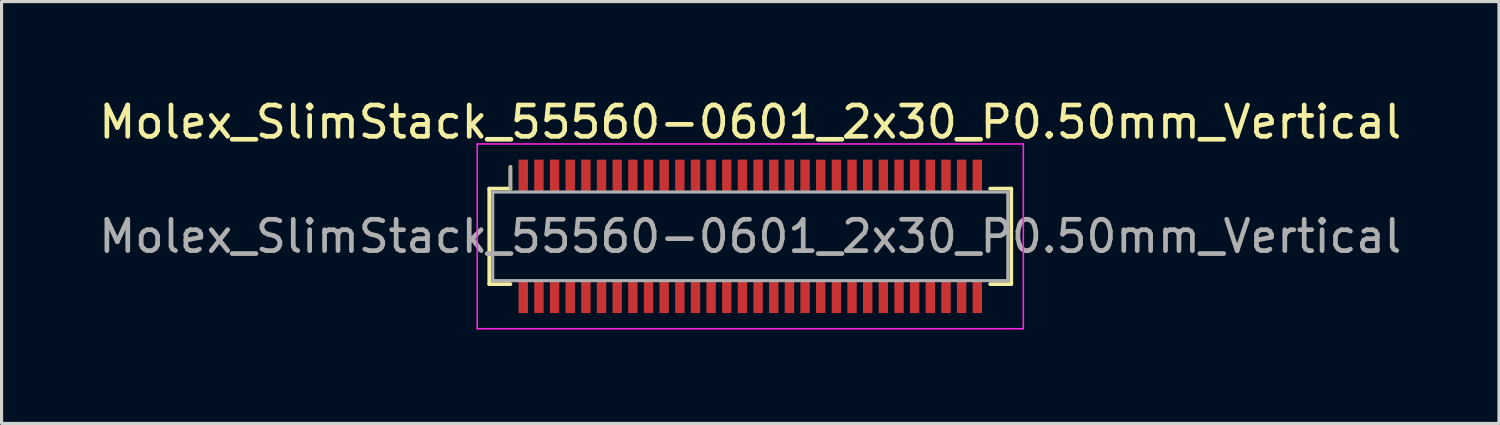
<source format=kicad_pcb>
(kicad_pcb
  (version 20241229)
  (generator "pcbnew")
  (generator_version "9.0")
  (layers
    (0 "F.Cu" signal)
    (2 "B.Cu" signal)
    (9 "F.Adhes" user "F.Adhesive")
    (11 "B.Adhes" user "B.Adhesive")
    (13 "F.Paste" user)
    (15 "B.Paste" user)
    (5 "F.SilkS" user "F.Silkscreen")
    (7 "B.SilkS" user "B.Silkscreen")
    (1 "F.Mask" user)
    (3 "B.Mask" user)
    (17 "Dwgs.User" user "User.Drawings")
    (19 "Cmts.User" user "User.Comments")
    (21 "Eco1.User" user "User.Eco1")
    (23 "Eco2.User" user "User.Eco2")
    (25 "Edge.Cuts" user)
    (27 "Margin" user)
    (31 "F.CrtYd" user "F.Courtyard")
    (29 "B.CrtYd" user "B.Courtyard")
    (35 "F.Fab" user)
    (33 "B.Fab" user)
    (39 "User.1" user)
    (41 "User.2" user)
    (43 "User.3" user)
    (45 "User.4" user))
  (footprint "Molex_SlimStack_55560-0601_2x30_P0.50mm_Vertical"
    (layer "F.Cu")
    (at 20.911 4.498)
    (property "Reference" "Molex_SlimStack_55560-0601_2x30_P0.50mm_Vertical" (at 0 -3.65 0) (layer "F.SilkS") (effects (font (size 1 1) (thickness 0.15))))
    (attr smd)
    (fp_line (start -8.335 -1.525) (end -7.66 -1.525) (stroke (width 0.12) (type solid)) (layer "F.SilkS"))
    (fp_line (start -8.335 1.525) (end -8.335 -1.525) (stroke (width 0.12) (type solid)) (layer "F.SilkS"))
    (fp_line (start -7.66 -1.525) (end -7.66 -2.215) (stroke (width 0.12) (type solid)) (layer "F.SilkS"))
    (fp_line (start -7.66 1.525) (end -8.335 1.525) (stroke (width 0.12) (type solid)) (layer "F.SilkS"))
    (fp_line (start 7.66 1.525) (end 8.335 1.525) (stroke (width 0.12) (type solid)) (layer "F.SilkS"))
    (fp_line (start 8.335 -1.525) (end 7.66 -1.525) (stroke (width 0.12) (type solid)) (layer "F.SilkS"))
    (fp_line (start 8.335 1.525) (end 8.335 -1.525) (stroke (width 0.12) (type solid)) (layer "F.SilkS"))
    (fp_line (start -8.72 -2.95) (end -8.72 2.95) (stroke (width 0.05) (type solid)) (layer "F.CrtYd"))
    (fp_line (start -8.72 2.95) (end 8.72 2.95) (stroke (width 0.05) (type solid)) (layer "F.CrtYd"))
    (fp_line (start 8.72 -2.95) (end -8.72 -2.95) (stroke (width 0.05) (type solid)) (layer "F.CrtYd"))
    (fp_line (start 8.72 2.95) (end 8.72 -2.95) (stroke (width 0.05) (type solid)) (layer "F.CrtYd"))
    (fp_line (start -8.225 -1.415) (end -8.225 1.415) (stroke (width 0.1) (type solid)) (layer "F.Fab"))
    (fp_line (start -8.225 1.415) (end 8.225 1.415) (stroke (width 0.1) (type solid)) (layer "F.Fab"))
    (fp_line (start -7.66 -1.525) (end -7.66 -2.215) (stroke (width 0.1) (type solid)) (layer "F.Fab"))
    (fp_line (start 8.225 -1.415) (end -8.225 -1.415) (stroke (width 0.1) (type solid)) (layer "F.Fab"))
    (fp_line (start 8.225 1.415) (end 8.225 -1.415) (stroke (width 0.1) (type solid)) (layer "F.Fab"))
    (fp_text user "${REFERENCE}" (at 0 0 0) (layer "F.Fab") (effects (font (size 1 1) (thickness 0.15))))
    (pad "1" smd rect (at -7.25 -1.95) (size 0.3 1) (layers "F.Cu" "F.Mask" "F.Paste"))
    (pad "2" smd rect (at -7.25 1.95) (size 0.3 1) (layers "F.Cu" "F.Mask" "F.Paste"))
    (pad "3" smd rect (at -6.75 -1.95) (size 0.3 1) (layers "F.Cu" "F.Mask" "F.Paste"))
    (pad "4" smd rect (at -6.75 1.95) (size 0.3 1) (layers "F.Cu" "F.Mask" "F.Paste"))
    (pad "5" smd rect (at -6.25 -1.95) (size 0.3 1) (layers "F.Cu" "F.Mask" "F.Paste"))
    (pad "6" smd rect (at -6.25 1.95) (size 0.3 1) (layers "F.Cu" "F.Mask" "F.Paste"))
    (pad "7" smd rect (at -5.75 -1.95) (size 0.3 1) (layers "F.Cu" "F.Mask" "F.Paste"))
    (pad "8" smd rect (at -5.75 1.95) (size 0.3 1) (layers "F.Cu" "F.Mask" "F.Paste"))
    (pad "9" smd rect (at -5.25 -1.95) (size 0.3 1) (layers "F.Cu" "F.Mask" "F.Paste"))
    (pad "10" smd rect (at -5.25 1.95) (size 0.3 1) (layers "F.Cu" "F.Mask" "F.Paste"))
    (pad "11" smd rect (at -4.75 -1.95) (size 0.3 1) (layers "F.Cu" "F.Mask" "F.Paste"))
    (pad "12" smd rect (at -4.75 1.95) (size 0.3 1) (layers "F.Cu" "F.Mask" "F.Paste"))
    (pad "13" smd rect (at -4.25 -1.95) (size 0.3 1) (layers "F.Cu" "F.Mask" "F.Paste"))
    (pad "14" smd rect (at -4.25 1.95) (size 0.3 1) (layers "F.Cu" "F.Mask" "F.Paste"))
    (pad "15" smd rect (at -3.75 -1.95) (size 0.3 1) (layers "F.Cu" "F.Mask" "F.Paste"))
    (pad "16" smd rect (at -3.75 1.95) (size 0.3 1) (layers "F.Cu" "F.Mask" "F.Paste"))
    (pad "17" smd rect (at -3.25 -1.95) (size 0.3 1) (layers "F.Cu" "F.Mask" "F.Paste"))
    (pad "18" smd rect (at -3.25 1.95) (size 0.3 1) (layers "F.Cu" "F.Mask" "F.Paste"))
    (pad "19" smd rect (at -2.75 -1.95) (size 0.3 1) (layers "F.Cu" "F.Mask" "F.Paste"))
    (pad "20" smd rect (at -2.75 1.95) (size 0.3 1) (layers "F.Cu" "F.Mask" "F.Paste"))
    (pad "21" smd rect (at -2.25 -1.95) (size 0.3 1) (layers "F.Cu" "F.Mask" "F.Paste"))
    (pad "22" smd rect (at -2.25 1.95) (size 0.3 1) (layers "F.Cu" "F.Mask" "F.Paste"))
    (pad "23" smd rect (at -1.75 -1.95) (size 0.3 1) (layers "F.Cu" "F.Mask" "F.Paste"))
    (pad "24" smd rect (at -1.75 1.95) (size 0.3 1) (layers "F.Cu" "F.Mask" "F.Paste"))
    (pad "25" smd rect (at -1.25 -1.95) (size 0.3 1) (layers "F.Cu" "F.Mask" "F.Paste"))
    (pad "26" smd rect (at -1.25 1.95) (size 0.3 1) (layers "F.Cu" "F.Mask" "F.Paste"))
    (pad "27" smd rect (at -0.75 -1.95) (size 0.3 1) (layers "F.Cu" "F.Mask" "F.Paste"))
    (pad "28" smd rect (at -0.75 1.95) (size 0.3 1) (layers "F.Cu" "F.Mask" "F.Paste"))
    (pad "29" smd rect (at -0.25 -1.95) (size 0.3 1) (layers "F.Cu" "F.Mask" "F.Paste"))
    (pad "30" smd rect (at -0.25 1.95) (size 0.3 1) (layers "F.Cu" "F.Mask" "F.Paste"))
    (pad "31" smd rect (at 0.25 -1.95) (size 0.3 1) (layers "F.Cu" "F.Mask" "F.Paste"))
    (pad "32" smd rect (at 0.25 1.95) (size 0.3 1) (layers "F.Cu" "F.Mask" "F.Paste"))
    (pad "33" smd rect (at 0.75 -1.95) (size 0.3 1) (layers "F.Cu" "F.Mask" "F.Paste"))
    (pad "34" smd rect (at 0.75 1.95) (size 0.3 1) (layers "F.Cu" "F.Mask" "F.Paste"))
    (pad "35" smd rect (at 1.25 -1.95) (size 0.3 1) (layers "F.Cu" "F.Mask" "F.Paste"))
    (pad "36" smd rect (at 1.25 1.95) (size 0.3 1) (layers "F.Cu" "F.Mask" "F.Paste"))
    (pad "37" smd rect (at 1.75 -1.95) (size 0.3 1) (layers "F.Cu" "F.Mask" "F.Paste"))
    (pad "38" smd rect (at 1.75 1.95) (size 0.3 1) (layers "F.Cu" "F.Mask" "F.Paste"))
    (pad "39" smd rect (at 2.25 -1.95) (size 0.3 1) (layers "F.Cu" "F.Mask" "F.Paste"))
    (pad "40" smd rect (at 2.25 1.95) (size 0.3 1) (layers "F.Cu" "F.Mask" "F.Paste"))
    (pad "41" smd rect (at 2.75 -1.95) (size 0.3 1) (layers "F.Cu" "F.Mask" "F.Paste"))
    (pad "42" smd rect (at 2.75 1.95) (size 0.3 1) (layers "F.Cu" "F.Mask" "F.Paste"))
    (pad "43" smd rect (at 3.25 -1.95) (size 0.3 1) (layers "F.Cu" "F.Mask" "F.Paste"))
    (pad "44" smd rect (at 3.25 1.95) (size 0.3 1) (layers "F.Cu" "F.Mask" "F.Paste"))
    (pad "45" smd rect (at 3.75 -1.95) (size 0.3 1) (layers "F.Cu" "F.Mask" "F.Paste"))
    (pad "46" smd rect (at 3.75 1.95) (size 0.3 1) (layers "F.Cu" "F.Mask" "F.Paste"))
    (pad "47" smd rect (at 4.25 -1.95) (size 0.3 1) (layers "F.Cu" "F.Mask" "F.Paste"))
    (pad "48" smd rect (at 4.25 1.95) (size 0.3 1) (layers "F.Cu" "F.Mask" "F.Paste"))
    (pad "49" smd rect (at 4.75 -1.95) (size 0.3 1) (layers "F.Cu" "F.Mask" "F.Paste"))
    (pad "50" smd rect (at 4.75 1.95) (size 0.3 1) (layers "F.Cu" "F.Mask" "F.Paste"))
    (pad "51" smd rect (at 5.25 -1.95) (size 0.3 1) (layers "F.Cu" "F.Mask" "F.Paste"))
    (pad "52" smd rect (at 5.25 1.95) (size 0.3 1) (layers "F.Cu" "F.Mask" "F.Paste"))
    (pad "53" smd rect (at 5.75 -1.95) (size 0.3 1) (layers "F.Cu" "F.Mask" "F.Paste"))
    (pad "54" smd rect (at 5.75 1.95) (size 0.3 1) (layers "F.Cu" "F.Mask" "F.Paste"))
    (pad "55" smd rect (at 6.25 -1.95) (size 0.3 1) (layers "F.Cu" "F.Mask" "F.Paste"))
    (pad "56" smd rect (at 6.25 1.95) (size 0.3 1) (layers "F.Cu" "F.Mask" "F.Paste"))
    (pad "57" smd rect (at 6.75 -1.95) (size 0.3 1) (layers "F.Cu" "F.Mask" "F.Paste"))
    (pad "58" smd rect (at 6.75 1.95) (size 0.3 1) (layers "F.Cu" "F.Mask" "F.Paste"))
    (pad "59" smd rect (at 7.25 -1.95) (size 0.3 1) (layers "F.Cu" "F.Mask" "F.Paste"))
    (pad "60" smd rect (at 7.25 1.95) (size 0.3 1) (layers "F.Cu" "F.Mask" "F.Paste")))
  (gr_rect
    (start -3 -3)
    (end 44.821 10.473)
    (stroke (width 0.1) (type default))
    (fill no)
    (layer "Edge.Cuts")))
</source>
